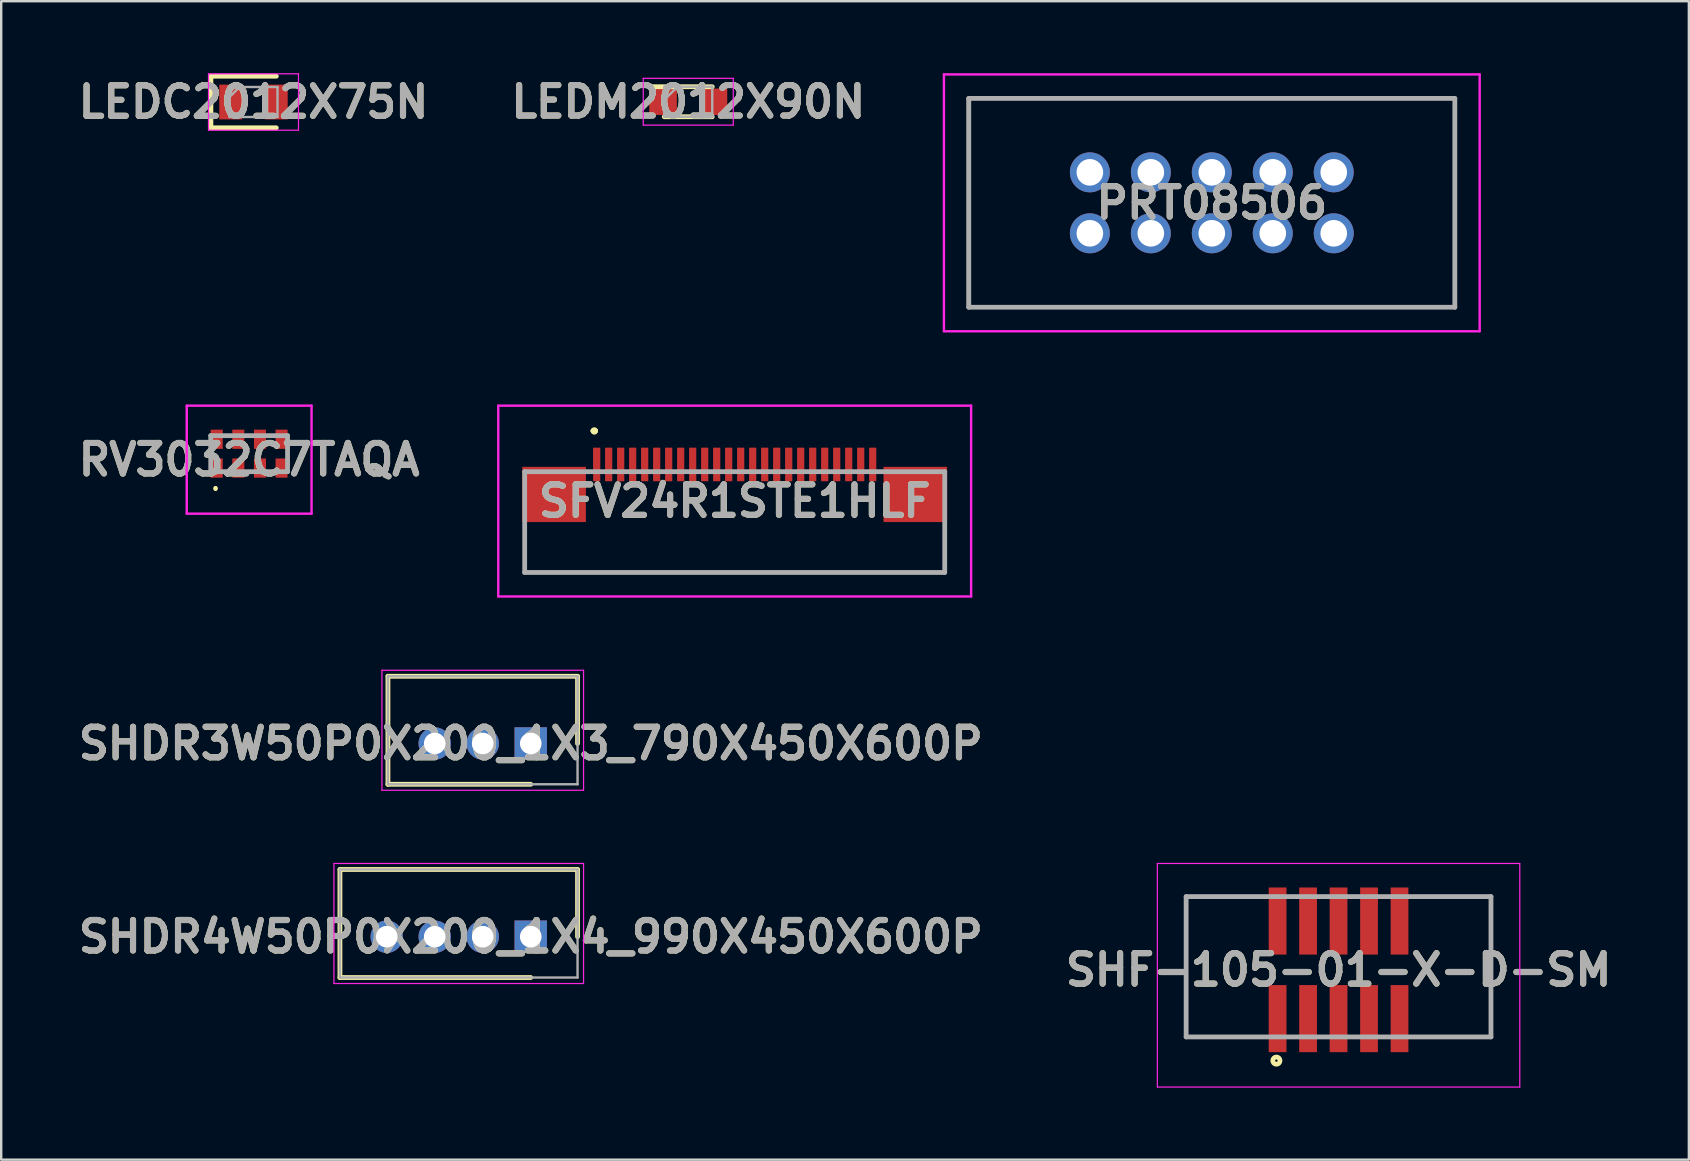
<source format=kicad_pcb>
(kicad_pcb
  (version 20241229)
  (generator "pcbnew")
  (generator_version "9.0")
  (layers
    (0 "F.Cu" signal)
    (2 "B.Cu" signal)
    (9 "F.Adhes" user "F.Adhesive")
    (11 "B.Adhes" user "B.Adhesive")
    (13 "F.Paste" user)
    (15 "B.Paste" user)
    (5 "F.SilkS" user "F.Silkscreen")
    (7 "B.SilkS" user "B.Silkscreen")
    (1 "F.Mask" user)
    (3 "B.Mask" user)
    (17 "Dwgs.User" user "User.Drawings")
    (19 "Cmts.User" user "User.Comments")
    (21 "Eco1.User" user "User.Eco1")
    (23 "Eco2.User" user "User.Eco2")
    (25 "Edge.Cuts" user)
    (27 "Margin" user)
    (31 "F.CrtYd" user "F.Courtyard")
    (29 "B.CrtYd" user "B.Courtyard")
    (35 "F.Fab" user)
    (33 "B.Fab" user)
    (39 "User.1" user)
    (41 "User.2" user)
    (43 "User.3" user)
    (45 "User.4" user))
  (footprint "PRT08506"
    (layer "F.Cu")
    (at 42.356 6.67)
    (property "Reference" "PRT08506" (at 5.08 -1.27 0) (layer "F.SilkS") (effects (font (size 1.27 1.27) (thickness 0.254))))
    (attr through_hole)
    (fp_line (start -5.08 -5.62) (end 15.24 -5.62) (stroke (width 0.1) (type solid)) (layer "F.SilkS"))
    (fp_line (start -5.08 3.08) (end -5.08 -5.62) (stroke (width 0.1) (type solid)) (layer "F.SilkS"))
    (fp_line (start 15.24 -5.62) (end 15.24 3.08) (stroke (width 0.1) (type solid)) (layer "F.SilkS"))
    (fp_line (start 15.24 3.08) (end -5.08 3.08) (stroke (width 0.1) (type solid)) (layer "F.SilkS"))
    (fp_line (start -6.08 -6.62) (end 16.24 -6.62) (stroke (width 0.1) (type solid)) (layer "F.CrtYd"))
    (fp_line (start -6.08 4.08) (end -6.08 -6.62) (stroke (width 0.1) (type solid)) (layer "F.CrtYd"))
    (fp_line (start 16.24 -6.62) (end 16.24 4.08) (stroke (width 0.1) (type solid)) (layer "F.CrtYd"))
    (fp_line (start 16.24 4.08) (end -6.08 4.08) (stroke (width 0.1) (type solid)) (layer "F.CrtYd"))
    (fp_line (start -5.045 -5.62) (end 15.205 -5.62) (stroke (width 0.2) (type solid)) (layer "F.Fab"))
    (fp_line (start -5.045 3.08) (end -5.045 -5.62) (stroke (width 0.2) (type solid)) (layer "F.Fab"))
    (fp_line (start 15.205 -5.62) (end 15.205 3.08) (stroke (width 0.2) (type solid)) (layer "F.Fab"))
    (fp_line (start 15.205 3.08) (end -5.045 3.08) (stroke (width 0.2) (type solid)) (layer "F.Fab"))
    (fp_text user "${REFERENCE}" (at 5.08 -1.27 0) (layer "F.Fab") (effects (font (size 1.27 1.27) (thickness 0.254))))
    (pad "1" thru_hole circle (at 0 0) (size 1.665 1.665) (drill 1.11) (layers "*.Cu" "*.Mask"))
    (pad "2" thru_hole circle (at 0 -2.54) (size 1.665 1.665) (drill 1.11) (layers "*.Cu" "*.Mask"))
    (pad "3" thru_hole circle (at 2.54 0) (size 1.665 1.665) (drill 1.11) (layers "*.Cu" "*.Mask"))
    (pad "4" thru_hole circle (at 2.54 -2.54) (size 1.665 1.665) (drill 1.11) (layers "*.Cu" "*.Mask"))
    (pad "5" thru_hole circle (at 5.08 0) (size 1.665 1.665) (drill 1.11) (layers "*.Cu" "*.Mask"))
    (pad "6" thru_hole circle (at 5.08 -2.54) (size 1.665 1.665) (drill 1.11) (layers "*.Cu" "*.Mask"))
    (pad "7" thru_hole circle (at 7.62 0) (size 1.665 1.665) (drill 1.11) (layers "*.Cu" "*.Mask"))
    (pad "8" thru_hole circle (at 7.62 -2.54) (size 1.665 1.665) (drill 1.11) (layers "*.Cu" "*.Mask"))
    (pad "9" thru_hole circle (at 10.16 0) (size 1.665 1.665) (drill 1.11) (layers "*.Cu" "*.Mask"))
    (pad "10" thru_hole circle (at 10.16 -2.54) (size 1.665 1.665) (drill 1.11) (layers "*.Cu" "*.Mask")))
  (footprint "SHDR3W50P0X200_1X3_790X450X600P"
    (layer "F.Cu")
    (at 19.062 27.925)
    (property "Reference" "SHDR3W50P0X200_1X3_790X450X600P" (at 0 0 0) (layer "F.SilkS") (effects (font (size 1.27 1.27) (thickness 0.254))))
    (attr through_hole)
    (fp_line (start -5.95 -2.8) (end 1.95 -2.8) (stroke (width 0.2) (type solid)) (layer "F.SilkS"))
    (fp_line (start -5.95 1.7) (end -5.95 -2.8) (stroke (width 0.2) (type solid)) (layer "F.SilkS"))
    (fp_line (start 0 1.7) (end -5.95 1.7) (stroke (width 0.2) (type solid)) (layer "F.SilkS"))
    (fp_line (start 1.95 -2.8) (end 1.95 0) (stroke (width 0.2) (type solid)) (layer "F.SilkS"))
    (fp_line (start -6.2 -3.05) (end 2.2 -3.05) (stroke (width 0.05) (type solid)) (layer "F.CrtYd"))
    (fp_line (start -6.2 1.95) (end -6.2 -3.05) (stroke (width 0.05) (type solid)) (layer "F.CrtYd"))
    (fp_line (start 2.2 -3.05) (end 2.2 1.95) (stroke (width 0.05) (type solid)) (layer "F.CrtYd"))
    (fp_line (start 2.2 1.95) (end -6.2 1.95) (stroke (width 0.05) (type solid)) (layer "F.CrtYd"))
    (fp_line (start -5.95 -2.8) (end 1.95 -2.8) (stroke (width 0.1) (type solid)) (layer "F.Fab"))
    (fp_line (start -5.95 1.7) (end -5.95 -2.8) (stroke (width 0.1) (type solid)) (layer "F.Fab"))
    (fp_line (start 1.95 -2.8) (end 1.95 1.7) (stroke (width 0.1) (type solid)) (layer "F.Fab"))
    (fp_line (start 1.95 1.7) (end -5.95 1.7) (stroke (width 0.1) (type solid)) (layer "F.Fab"))
    (fp_text user "${REFERENCE}" (at 0 0 0) (layer "F.Fab") (effects (font (size 1.27 1.27) (thickness 0.254))))
    (pad "1" thru_hole rect (at 0 0) (size 1.35 1.35) (drill 0.9) (layers "*.Cu" "*.Mask"))
    (pad "2" thru_hole circle (at -2 0) (size 1.35 1.35) (drill 0.9) (layers "*.Cu" "*.Mask"))
    (pad "3" thru_hole circle (at -4 0) (size 1.35 1.35) (drill 0.9) (layers "*.Cu" "*.Mask")))
  (footprint "SFV24R1STE1HLF"
    (layer "F.Cu")
    (at 27.559 18.7)
    (property "Reference" "SFV24R1STE1HLF" (at 0 -0.875 0) (layer "F.SilkS") (effects (font (size 1.27 1.27) (thickness 0.254))))
    (attr smd)
    (fp_line (start -8.75 0.75) (end -8.75 0.75) (stroke (width 0.1) (type solid)) (layer "F.SilkS"))
    (fp_line (start -8.75 0.75) (end -8.75 2.1) (stroke (width 0.1) (type solid)) (layer "F.SilkS"))
    (fp_line (start -8.75 2.1) (end -8.75 0.75) (stroke (width 0.1) (type solid)) (layer "F.SilkS"))
    (fp_line (start -8.75 2.1) (end -8.75 2.1) (stroke (width 0.1) (type solid)) (layer "F.SilkS"))
    (fp_line (start -8.75 2.1) (end -8.75 2.1) (stroke (width 0.1) (type solid)) (layer "F.SilkS"))
    (fp_line (start -8.75 2.1) (end 8.75 2.1) (stroke (width 0.1) (type solid)) (layer "F.SilkS"))
    (fp_line (start -5.9 -3.8) (end -5.9 -3.8) (stroke (width 0.2) (type solid)) (layer "F.SilkS"))
    (fp_line (start -5.9 -3.8) (end -5.9 -3.8) (stroke (width 0.2) (type solid)) (layer "F.SilkS"))
    (fp_line (start -5.8 -3.8) (end -5.8 -3.8) (stroke (width 0.2) (type solid)) (layer "F.SilkS"))
    (fp_line (start 8.75 0.75) (end 8.75 0.75) (stroke (width 0.1) (type solid)) (layer "F.SilkS"))
    (fp_line (start 8.75 0.75) (end 8.75 2.1) (stroke (width 0.1) (type solid)) (layer "F.SilkS"))
    (fp_line (start 8.75 2.1) (end -8.75 2.1) (stroke (width 0.1) (type solid)) (layer "F.SilkS"))
    (fp_line (start 8.75 2.1) (end 8.75 0.75) (stroke (width 0.1) (type solid)) (layer "F.SilkS"))
    (fp_line (start 8.75 2.1) (end 8.75 2.1) (stroke (width 0.1) (type solid)) (layer "F.SilkS"))
    (fp_line (start 8.75 2.1) (end 8.75 2.1) (stroke (width 0.1) (type solid)) (layer "F.SilkS"))
    (fp_arc (start -5.9 -3.8) (mid -5.85 -3.85) (end -5.8 -3.8) (stroke (width 0.2) (type solid)) (layer "F.SilkS"))
    (fp_arc (start -5.8 -3.8) (mid -5.85 -3.75) (end -5.9 -3.8) (stroke (width 0.2) (type solid)) (layer "F.SilkS"))
    (fp_arc (start -5.8 -3.8) (mid -5.85 -3.75) (end -5.9 -3.8) (stroke (width 0.2) (type solid)) (layer "F.SilkS"))
    (fp_line (start -9.85 -4.85) (end 9.85 -4.85) (stroke (width 0.1) (type solid)) (layer "F.CrtYd"))
    (fp_line (start -9.85 3.1) (end -9.85 -4.85) (stroke (width 0.1) (type solid)) (layer "F.CrtYd"))
    (fp_line (start 9.85 -4.85) (end 9.85 3.1) (stroke (width 0.1) (type solid)) (layer "F.CrtYd"))
    (fp_line (start 9.85 3.1) (end -9.85 3.1) (stroke (width 0.1) (type solid)) (layer "F.CrtYd"))
    (fp_line (start -8.75 -2.1) (end -8.75 2.1) (stroke (width 0.2) (type solid)) (layer "F.Fab"))
    (fp_line (start -8.75 2.1) (end 8.75 2.1) (stroke (width 0.2) (type solid)) (layer "F.Fab"))
    (fp_line (start 8.75 -2.1) (end -8.75 -2.1) (stroke (width 0.2) (type solid)) (layer "F.Fab"))
    (fp_line (start 8.75 2.1) (end 8.75 -2.1) (stroke (width 0.2) (type solid)) (layer "F.Fab"))
    (fp_text user "${REFERENCE}" (at 0 -0.875 0) (layer "F.Fab") (effects (font (size 1.27 1.27) (thickness 0.254))))
    (pad "1" smd rect (at -5.75 -2.4) (size 0.3 1.4) (layers "F.Cu" "F.Mask" "F.Paste"))
    (pad "2" smd rect (at -5.25 -2.4) (size 0.3 1.4) (layers "F.Cu" "F.Mask" "F.Paste"))
    (pad "3" smd rect (at -4.75 -2.4) (size 0.3 1.4) (layers "F.Cu" "F.Mask" "F.Paste"))
    (pad "4" smd rect (at -4.25 -2.4) (size 0.3 1.4) (layers "F.Cu" "F.Mask" "F.Paste"))
    (pad "5" smd rect (at -3.75 -2.4) (size 0.3 1.4) (layers "F.Cu" "F.Mask" "F.Paste"))
    (pad "6" smd rect (at -3.25 -2.4) (size 0.3 1.4) (layers "F.Cu" "F.Mask" "F.Paste"))
    (pad "7" smd rect (at -2.75 -2.4) (size 0.3 1.4) (layers "F.Cu" "F.Mask" "F.Paste"))
    (pad "8" smd rect (at -2.25 -2.4) (size 0.3 1.4) (layers "F.Cu" "F.Mask" "F.Paste"))
    (pad "9" smd rect (at -1.75 -2.4) (size 0.3 1.4) (layers "F.Cu" "F.Mask" "F.Paste"))
    (pad "10" smd rect (at -1.25 -2.4) (size 0.3 1.4) (layers "F.Cu" "F.Mask" "F.Paste"))
    (pad "11" smd rect (at -0.75 -2.4) (size 0.3 1.4) (layers "F.Cu" "F.Mask" "F.Paste"))
    (pad "12" smd rect (at -0.25 -2.4) (size 0.3 1.4) (layers "F.Cu" "F.Mask" "F.Paste"))
    (pad "13" smd rect (at 0.25 -2.4) (size 0.3 1.4) (layers "F.Cu" "F.Mask" "F.Paste"))
    (pad "14" smd rect (at 0.75 -2.4) (size 0.3 1.4) (layers "F.Cu" "F.Mask" "F.Paste"))
    (pad "15" smd rect (at 1.25 -2.4) (size 0.3 1.4) (layers "F.Cu" "F.Mask" "F.Paste"))
    (pad "16" smd rect (at 1.75 -2.4) (size 0.3 1.4) (layers "F.Cu" "F.Mask" "F.Paste"))
    (pad "17" smd rect (at 2.25 -2.4) (size 0.3 1.4) (layers "F.Cu" "F.Mask" "F.Paste"))
    (pad "18" smd rect (at 2.75 -2.4) (size 0.3 1.4) (layers "F.Cu" "F.Mask" "F.Paste"))
    (pad "19" smd rect (at 3.25 -2.4) (size 0.3 1.4) (layers "F.Cu" "F.Mask" "F.Paste"))
    (pad "20" smd rect (at 3.75 -2.4) (size 0.3 1.4) (layers "F.Cu" "F.Mask" "F.Paste"))
    (pad "21" smd rect (at 4.25 -2.4) (size 0.3 1.4) (layers "F.Cu" "F.Mask" "F.Paste"))
    (pad "22" smd rect (at 4.75 -2.4) (size 0.3 1.4) (layers "F.Cu" "F.Mask" "F.Paste"))
    (pad "23" smd rect (at 5.25 -2.4) (size 0.3 1.4) (layers "F.Cu" "F.Mask" "F.Paste"))
    (pad "24" smd rect (at 5.75 -2.4) (size 0.3 1.4) (layers "F.Cu" "F.Mask" "F.Paste"))
    (pad "MP1" smd rect (at -7.525 -1.15 90) (size 2.3 2.65) (layers "F.Cu" "F.Mask" "F.Paste"))
    (pad "MP2" smd rect (at 7.525 -1.15 90) (size 2.3 2.65) (layers "F.Cu" "F.Mask" "F.Paste")))
  (footprint "SHF-105-01-X-D-SM"
    (layer "F.Cu")
    (at 52.717 37.355)
    (property "Reference" "SHF-105-01-X-D-SM" (at 0 0 0) (layer "F.SilkS") (effects (font (size 1.27 1.27) (thickness 0.254))))
    (attr smd)
    (fp_line (start -6.35 2.795) (end -6.35 -3.05) (stroke (width 0.1) (type solid)) (layer "F.SilkS"))
    (fp_line (start 6.35 -3.05) (end 6.35 2.795) (stroke (width 0.1) (type solid)) (layer "F.SilkS"))
    (fp_circle (center -2.59 3.783) (end -2.59 3.833) (stroke (width 0.2) (type solid)) (fill no) (layer "F.SilkS"))
    (fp_line (start -7.55 -4.43) (end 7.55 -4.43) (stroke (width 0.05) (type solid)) (layer "F.CrtYd"))
    (fp_line (start -7.55 4.883) (end -7.55 -4.43) (stroke (width 0.05) (type solid)) (layer "F.CrtYd"))
    (fp_line (start 7.55 -4.43) (end 7.55 4.883) (stroke (width 0.05) (type solid)) (layer "F.CrtYd"))
    (fp_line (start 7.55 4.883) (end -7.55 4.883) (stroke (width 0.05) (type solid)) (layer "F.CrtYd"))
    (fp_line (start -6.35 -3.05) (end 6.35 -3.05) (stroke (width 0.2) (type solid)) (layer "F.Fab"))
    (fp_line (start -6.35 2.795) (end -6.35 -3.05) (stroke (width 0.2) (type solid)) (layer "F.Fab"))
    (fp_line (start 6.35 -3.05) (end 6.35 2.795) (stroke (width 0.2) (type solid)) (layer "F.Fab"))
    (fp_line (start 6.35 2.795) (end -6.35 2.795) (stroke (width 0.2) (type solid)) (layer "F.Fab"))
    (fp_text user "${REFERENCE}" (at 0 0 0) (layer "F.Fab") (effects (font (size 1.27 1.27) (thickness 0.254))))
    (pad "1" smd rect (at -2.54 2.033) (size 0.74 2.795) (layers "F.Cu" "F.Mask" "F.Paste"))
    (pad "2" smd rect (at -2.54 -2.033) (size 0.74 2.795) (layers "F.Cu" "F.Mask" "F.Paste"))
    (pad "3" smd rect (at -1.27 2.033) (size 0.74 2.795) (layers "F.Cu" "F.Mask" "F.Paste"))
    (pad "4" smd rect (at -1.27 -2.033) (size 0.74 2.795) (layers "F.Cu" "F.Mask" "F.Paste"))
    (pad "5" smd rect (at 0 2.033) (size 0.74 2.795) (layers "F.Cu" "F.Mask" "F.Paste"))
    (pad "6" smd rect (at 0 -2.033) (size 0.74 2.795) (layers "F.Cu" "F.Mask" "F.Paste"))
    (pad "7" smd rect (at 1.27 2.033) (size 0.74 2.795) (layers "F.Cu" "F.Mask" "F.Paste"))
    (pad "8" smd rect (at 1.27 -2.033) (size 0.74 2.795) (layers "F.Cu" "F.Mask" "F.Paste"))
    (pad "9" smd rect (at 2.54 2.033) (size 0.74 2.795) (layers "F.Cu" "F.Mask" "F.Paste"))
    (pad "10" smd rect (at 2.54 -2.033) (size 0.74 2.795) (layers "F.Cu" "F.Mask" "F.Paste")))
  (footprint "LEDC2012X75N"
    (layer "F.Cu")
    (at 7.511 1.2)
    (property "Reference" "LEDC2012X75N" (at 0 0 0) (layer "F.SilkS") (effects (font (size 1.27 1.27) (thickness 0.254))))
    (attr smd)
    (fp_line (start -1.775 -1.075) (end -1.775 1.075) (stroke (width 0.2) (type solid)) (layer "F.SilkS"))
    (fp_line (start -1.775 1.075) (end 0.95 1.075) (stroke (width 0.2) (type solid)) (layer "F.SilkS"))
    (fp_line (start 0.95 -1.075) (end -1.775 -1.075) (stroke (width 0.2) (type solid)) (layer "F.SilkS"))
    (fp_line (start -1.875 -1.175) (end 1.875 -1.175) (stroke (width 0.05) (type solid)) (layer "F.CrtYd"))
    (fp_line (start -1.875 1.175) (end -1.875 -1.175) (stroke (width 0.05) (type solid)) (layer "F.CrtYd"))
    (fp_line (start 1.875 -1.175) (end 1.875 1.175) (stroke (width 0.05) (type solid)) (layer "F.CrtYd"))
    (fp_line (start 1.875 1.175) (end -1.875 1.175) (stroke (width 0.05) (type solid)) (layer "F.CrtYd"))
    (fp_line (start -1 -0.625) (end 1 -0.625) (stroke (width 0.1) (type solid)) (layer "F.Fab"))
    (fp_line (start -1 -0.208) (end -0.583 -0.625) (stroke (width 0.1) (type solid)) (layer "F.Fab"))
    (fp_line (start -1 0.625) (end -1 -0.625) (stroke (width 0.1) (type solid)) (layer "F.Fab"))
    (fp_line (start 1 -0.625) (end 1 0.625) (stroke (width 0.1) (type solid)) (layer "F.Fab"))
    (fp_line (start 1 0.625) (end -1 0.625) (stroke (width 0.1) (type solid)) (layer "F.Fab"))
    (fp_text user "${REFERENCE}" (at 0 0 0) (layer "F.Fab") (effects (font (size 1.27 1.27) (thickness 0.254))))
    (pad "1" smd rect (at -0.95 0) (size 0.95 1.45) (layers "F.Cu" "F.Mask" "F.Paste"))
    (pad "2" smd rect (at 0.95 0) (size 0.95 1.45) (layers "F.Cu" "F.Mask" "F.Paste")))
  (footprint "SHDR4W50P0X200_1X4_990X450X600P"
    (layer "F.Cu")
    (at 19.062 35.975)
    (property "Reference" "SHDR4W50P0X200_1X4_990X450X600P" (at 0 0 0) (layer "F.SilkS") (effects (font (size 1.27 1.27) (thickness 0.254))))
    (attr through_hole)
    (fp_line (start -7.95 -2.8) (end 1.95 -2.8) (stroke (width 0.2) (type solid)) (layer "F.SilkS"))
    (fp_line (start -7.95 1.7) (end -7.95 -2.8) (stroke (width 0.2) (type solid)) (layer "F.SilkS"))
    (fp_line (start 0 1.7) (end -7.95 1.7) (stroke (width 0.2) (type solid)) (layer "F.SilkS"))
    (fp_line (start 1.95 -2.8) (end 1.95 0) (stroke (width 0.2) (type solid)) (layer "F.SilkS"))
    (fp_line (start -8.2 -3.05) (end 2.2 -3.05) (stroke (width 0.05) (type solid)) (layer "F.CrtYd"))
    (fp_line (start -8.2 1.95) (end -8.2 -3.05) (stroke (width 0.05) (type solid)) (layer "F.CrtYd"))
    (fp_line (start 2.2 -3.05) (end 2.2 1.95) (stroke (width 0.05) (type solid)) (layer "F.CrtYd"))
    (fp_line (start 2.2 1.95) (end -8.2 1.95) (stroke (width 0.05) (type solid)) (layer "F.CrtYd"))
    (fp_line (start -7.95 -2.8) (end 1.95 -2.8) (stroke (width 0.1) (type solid)) (layer "F.Fab"))
    (fp_line (start -7.95 1.7) (end -7.95 -2.8) (stroke (width 0.1) (type solid)) (layer "F.Fab"))
    (fp_line (start 1.95 -2.8) (end 1.95 1.7) (stroke (width 0.1) (type solid)) (layer "F.Fab"))
    (fp_line (start 1.95 1.7) (end -7.95 1.7) (stroke (width 0.1) (type solid)) (layer "F.Fab"))
    (fp_text user "${REFERENCE}" (at 0 0 0) (layer "F.Fab") (effects (font (size 1.27 1.27) (thickness 0.254))))
    (pad "1" thru_hole rect (at 0 0) (size 1.35 1.35) (drill 0.9) (layers "*.Cu" "*.Mask"))
    (pad "2" thru_hole circle (at -2 0) (size 1.35 1.35) (drill 0.9) (layers "*.Cu" "*.Mask"))
    (pad "3" thru_hole circle (at -4 0) (size 1.35 1.35) (drill 0.9) (layers "*.Cu" "*.Mask"))
    (pad "4" thru_hole circle (at -6 0) (size 1.35 1.35) (drill 0.9) (layers "*.Cu" "*.Mask")))
  (footprint "LEDM2012X90N"
    (layer "F.Cu")
    (at 25.624 1.189)
    (property "Reference" "LEDM2012X90N" (at 0 0 0) (layer "F.SilkS") (effects (font (size 1.27 1.27) (thickness 0.254))))
    (attr smd)
    (fp_line (start -1 0.625) (end 1 0.625) (stroke (width 0.2) (type solid)) (layer "F.SilkS"))
    (fp_line (start 1 -0.625) (end -1.6 -0.625) (stroke (width 0.2) (type solid)) (layer "F.SilkS"))
    (fp_line (start -1.875 -0.975) (end 1.875 -0.975) (stroke (width 0.05) (type solid)) (layer "F.CrtYd"))
    (fp_line (start -1.875 0.975) (end -1.875 -0.975) (stroke (width 0.05) (type solid)) (layer "F.CrtYd"))
    (fp_line (start 1.875 -0.975) (end 1.875 0.975) (stroke (width 0.05) (type solid)) (layer "F.CrtYd"))
    (fp_line (start 1.875 0.975) (end -1.875 0.975) (stroke (width 0.05) (type solid)) (layer "F.CrtYd"))
    (fp_line (start -1 -0.625) (end 1 -0.625) (stroke (width 0.1) (type solid)) (layer "F.Fab"))
    (fp_line (start -1 -0.075) (end -0.45 -0.625) (stroke (width 0.1) (type solid)) (layer "F.Fab"))
    (fp_line (start -1 0.625) (end -1 -0.625) (stroke (width 0.1) (type solid)) (layer "F.Fab"))
    (fp_line (start 1 -0.625) (end 1 0.625) (stroke (width 0.1) (type solid)) (layer "F.Fab"))
    (fp_line (start 1 0.625) (end -1 0.625) (stroke (width 0.1) (type solid)) (layer "F.Fab"))
    (fp_text user "${REFERENCE}" (at 0 0 0) (layer "F.Fab") (effects (font (size 1.27 1.27) (thickness 0.254))))
    (pad "1" smd rect (at -1.05 0 90) (size 1.1 1.15) (layers "F.Cu" "F.Mask" "F.Paste"))
    (pad "2" smd rect (at 1.05 0 90) (size 1.1 1.15) (layers "F.Cu" "F.Mask" "F.Paste")))
  (footprint "RV3032C7TAQA"
    (layer "F.Cu")
    (at 7.33 15.85)
    (property "Reference" "RV3032C7TAQA" (at 0 0.25 0) (layer "F.SilkS") (effects (font (size 1.27 1.27) (thickness 0.254))))
    (attr smd)
    (fp_line (start -1.4 1.4) (end -1.4 1.4) (stroke (width 0.1) (type solid)) (layer "F.SilkS"))
    (fp_line (start -1.4 1.5) (end -1.4 1.5) (stroke (width 0.1) (type solid)) (layer "F.SilkS"))
    (fp_arc (start -1.4 1.4) (mid -1.35 1.45) (end -1.4 1.5) (stroke (width 0.1) (type solid)) (layer "F.SilkS"))
    (fp_arc (start -1.4 1.5) (mid -1.45 1.45) (end -1.4 1.4) (stroke (width 0.1) (type solid)) (layer "F.SilkS"))
    (fp_line (start -2.6 -2) (end 2.6 -2) (stroke (width 0.1) (type solid)) (layer "F.CrtYd"))
    (fp_line (start -2.6 2.5) (end -2.6 -2) (stroke (width 0.1) (type solid)) (layer "F.CrtYd"))
    (fp_line (start 2.6 -2) (end 2.6 2.5) (stroke (width 0.1) (type solid)) (layer "F.CrtYd"))
    (fp_line (start 2.6 2.5) (end -2.6 2.5) (stroke (width 0.1) (type solid)) (layer "F.CrtYd"))
    (fp_line (start -1.6 -0.75) (end 1.6 -0.75) (stroke (width 0.2) (type solid)) (layer "F.Fab"))
    (fp_line (start -1.6 0.75) (end -1.6 -0.75) (stroke (width 0.2) (type solid)) (layer "F.Fab"))
    (fp_line (start 1.6 -0.75) (end 1.6 0.75) (stroke (width 0.2) (type solid)) (layer "F.Fab"))
    (fp_line (start 1.6 0.75) (end -1.6 0.75) (stroke (width 0.2) (type solid)) (layer "F.Fab"))
    (fp_text user "${REFERENCE}" (at 0 0.25 0) (layer "F.Fab") (effects (font (size 1.27 1.27) (thickness 0.254))))
    (pad "1" smd rect (at -1.35 0.6) (size 0.5 0.8) (layers "F.Cu" "F.Mask" "F.Paste"))
    (pad "2" smd rect (at -0.45 0.6) (size 0.5 0.8) (layers "F.Cu" "F.Mask" "F.Paste"))
    (pad "3" smd rect (at 0.45 0.6) (size 0.5 0.8) (layers "F.Cu" "F.Mask" "F.Paste"))
    (pad "4" smd rect (at 1.35 0.6) (size 0.5 0.8) (layers "F.Cu" "F.Mask" "F.Paste"))
    (pad "5" smd rect (at 1.35 -0.6) (size 0.5 0.8) (layers "F.Cu" "F.Mask" "F.Paste"))
    (pad "6" smd rect (at 0.45 -0.6) (size 0.5 0.8) (layers "F.Cu" "F.Mask" "F.Paste"))
    (pad "7" smd rect (at -0.45 -0.6) (size 0.5 0.8) (layers "F.Cu" "F.Mask" "F.Paste"))
    (pad "8" smd rect (at -1.35 -0.6) (size 0.5 0.8) (layers "F.Cu" "F.Mask" "F.Paste")))
  (gr_rect
    (start -3 -3)
    (end 67.311 45.263)
    (stroke (width 0.1) (type default))
    (fill no)
    (layer "Edge.Cuts")))
</source>
